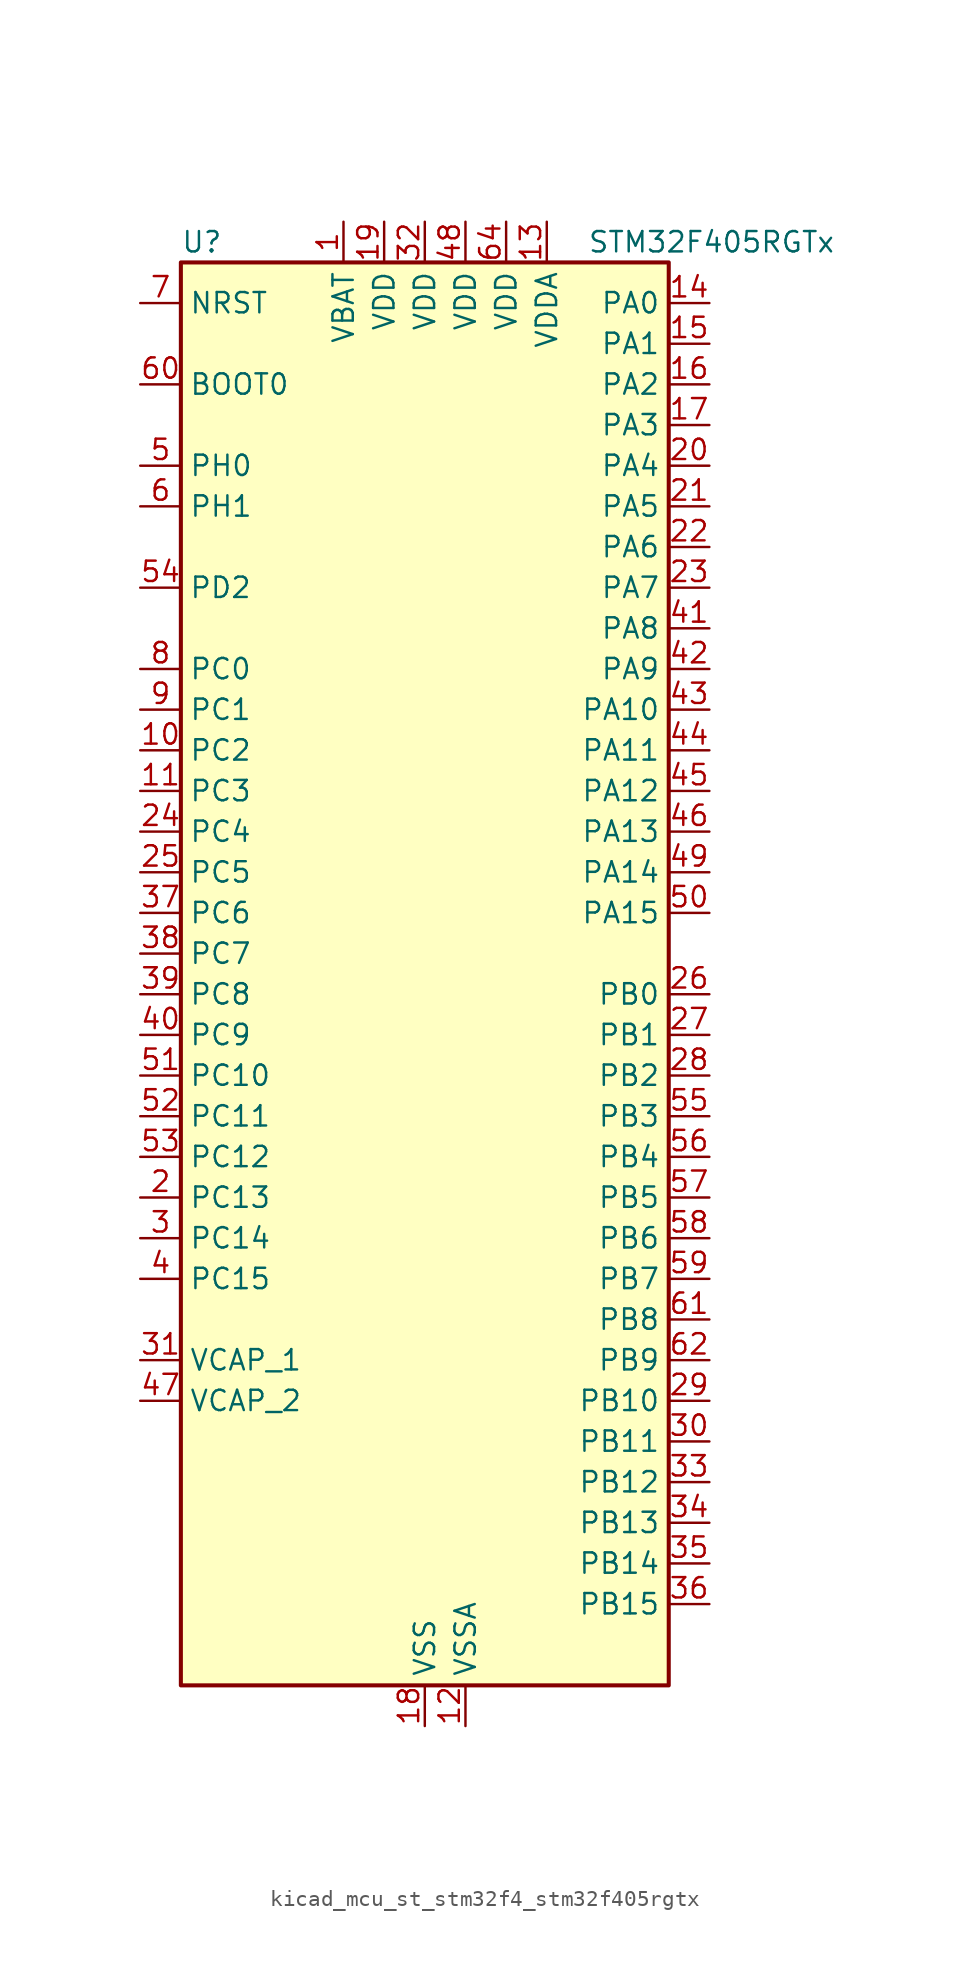
<source format=kicad_sym>
(kicad_symbol_lib
  (version 20220914)
  (generator kicad_symbol_editor)
  (symbol "kicad_mcu_st_stm32f4_stm32f405rgtx"
    (property "Reference" "U"
      (at -15.24 46.99 0)
      (effects (font (size 1.27 1.27)) (justify left)))
    (property "Value" "STM32F405RGTx"
      (at 10.16 46.99 0)
      (effects (font (size 1.27 1.27)) (justify left)))
    (property "ki_locked" ""
      (at 0 0 0)
      (effects (font (size 1.27 1.27))))
    (symbol "kicad_mcu_st_stm32f4_stm32f405rgtx_0_1"
      (rectangle (start -15.24 -43.18) (end 15.24 45.72) (stroke (width 0.254) (type default)) (fill (type background))))
    (symbol "kicad_mcu_st_stm32f4_stm32f405rgtx_1_1"
      (pin power_in line (at -5.08 48.26 270) (length 2.54) (name "VBAT" (effects (font (size 1.27 1.27)))) (number "1" (effects (font (size 1.27 1.27)))))
      (pin bidirectional line (at -17.78 15.24 0) (length 2.54) (name "PC2" (effects (font (size 1.27 1.27)))) (number "10" (effects (font (size 1.27 1.27)))) (alternate "ADC1_IN12" bidirectional line) (alternate "ADC2_IN12" bidirectional line) (alternate "ADC3_IN12" bidirectional line) (alternate "I2S2_ext_SD" bidirectional line) (alternate "SPI2_MISO" bidirectional line) (alternate "USB_OTG_HS_ULPI_DIR" bidirectional line))
      (pin bidirectional line (at -17.78 12.7 0) (length 2.54) (name "PC3" (effects (font (size 1.27 1.27)))) (number "11" (effects (font (size 1.27 1.27)))) (alternate "ADC1_IN13" bidirectional line) (alternate "ADC2_IN13" bidirectional line) (alternate "ADC3_IN13" bidirectional line) (alternate "I2S2_SD" bidirectional line) (alternate "SPI2_MOSI" bidirectional line) (alternate "USB_OTG_HS_ULPI_NXT" bidirectional line))
      (pin power_in line (at 2.54 -45.72 90) (length 2.54) (name "VSSA" (effects (font (size 1.27 1.27)))) (number "12" (effects (font (size 1.27 1.27)))))
      (pin power_in line (at 7.62 48.26 270) (length 2.54) (name "VDDA" (effects (font (size 1.27 1.27)))) (number "13" (effects (font (size 1.27 1.27)))))
      (pin bidirectional line (at 17.78 43.18 180) (length 2.54) (name "PA0" (effects (font (size 1.27 1.27)))) (number "14" (effects (font (size 1.27 1.27)))) (alternate "ADC1_IN0" bidirectional line) (alternate "ADC2_IN0" bidirectional line) (alternate "ADC3_IN0" bidirectional line) (alternate "SYS_WKUP" bidirectional line) (alternate "TIM2_CH1" bidirectional line) (alternate "TIM2_ETR" bidirectional line) (alternate "TIM5_CH1" bidirectional line) (alternate "TIM8_ETR" bidirectional line) (alternate "UART4_TX" bidirectional line) (alternate "USART2_CTS" bidirectional line))
      (pin bidirectional line (at 17.78 40.64 180) (length 2.54) (name "PA1" (effects (font (size 1.27 1.27)))) (number "15" (effects (font (size 1.27 1.27)))) (alternate "ADC1_IN1" bidirectional line) (alternate "ADC2_IN1" bidirectional line) (alternate "ADC3_IN1" bidirectional line) (alternate "TIM2_CH2" bidirectional line) (alternate "TIM5_CH2" bidirectional line) (alternate "UART4_RX" bidirectional line) (alternate "USART2_RTS" bidirectional line))
      (pin bidirectional line (at 17.78 38.1 180) (length 2.54) (name "PA2" (effects (font (size 1.27 1.27)))) (number "16" (effects (font (size 1.27 1.27)))) (alternate "ADC1_IN2" bidirectional line) (alternate "ADC2_IN2" bidirectional line) (alternate "ADC3_IN2" bidirectional line) (alternate "TIM2_CH3" bidirectional line) (alternate "TIM5_CH3" bidirectional line) (alternate "TIM9_CH1" bidirectional line) (alternate "USART2_TX" bidirectional line))
      (pin bidirectional line (at 17.78 35.56 180) (length 2.54) (name "PA3" (effects (font (size 1.27 1.27)))) (number "17" (effects (font (size 1.27 1.27)))) (alternate "ADC1_IN3" bidirectional line) (alternate "ADC2_IN3" bidirectional line) (alternate "ADC3_IN3" bidirectional line) (alternate "TIM2_CH4" bidirectional line) (alternate "TIM5_CH4" bidirectional line) (alternate "TIM9_CH2" bidirectional line) (alternate "USART2_RX" bidirectional line) (alternate "USB_OTG_HS_ULPI_D0" bidirectional line))
      (pin power_in line (at 0 -45.72 90) (length 2.54) (name "VSS" (effects (font (size 1.27 1.27)))) (number "18" (effects (font (size 1.27 1.27)))))
      (pin power_in line (at -2.54 48.26 270) (length 2.54) (name "VDD" (effects (font (size 1.27 1.27)))) (number "19" (effects (font (size 1.27 1.27)))))
      (pin bidirectional line (at -17.78 -12.7 0) (length 2.54) (name "PC13" (effects (font (size 1.27 1.27)))) (number "2" (effects (font (size 1.27 1.27)))) (alternate "RTC_AF1" bidirectional line))
      (pin bidirectional line (at 17.78 33.02 180) (length 2.54) (name "PA4" (effects (font (size 1.27 1.27)))) (number "20" (effects (font (size 1.27 1.27)))) (alternate "ADC1_IN4" bidirectional line) (alternate "ADC2_IN4" bidirectional line) (alternate "DAC_OUT1" bidirectional line) (alternate "I2S3_WS" bidirectional line) (alternate "SPI1_NSS" bidirectional line) (alternate "SPI3_NSS" bidirectional line) (alternate "USART2_CK" bidirectional line) (alternate "USB_OTG_HS_SOF" bidirectional line))
      (pin bidirectional line (at 17.78 30.48 180) (length 2.54) (name "PA5" (effects (font (size 1.27 1.27)))) (number "21" (effects (font (size 1.27 1.27)))) (alternate "ADC1_IN5" bidirectional line) (alternate "ADC2_IN5" bidirectional line) (alternate "DAC_OUT2" bidirectional line) (alternate "SPI1_SCK" bidirectional line) (alternate "TIM2_CH1" bidirectional line) (alternate "TIM2_ETR" bidirectional line) (alternate "TIM8_CH1N" bidirectional line) (alternate "USB_OTG_HS_ULPI_CK" bidirectional line))
      (pin bidirectional line (at 17.78 27.94 180) (length 2.54) (name "PA6" (effects (font (size 1.27 1.27)))) (number "22" (effects (font (size 1.27 1.27)))) (alternate "ADC1_IN6" bidirectional line) (alternate "ADC2_IN6" bidirectional line) (alternate "SPI1_MISO" bidirectional line) (alternate "TIM13_CH1" bidirectional line) (alternate "TIM1_BKIN" bidirectional line) (alternate "TIM3_CH1" bidirectional line) (alternate "TIM8_BKIN" bidirectional line))
      (pin bidirectional line (at 17.78 25.4 180) (length 2.54) (name "PA7" (effects (font (size 1.27 1.27)))) (number "23" (effects (font (size 1.27 1.27)))) (alternate "ADC1_IN7" bidirectional line) (alternate "ADC2_IN7" bidirectional line) (alternate "SPI1_MOSI" bidirectional line) (alternate "TIM14_CH1" bidirectional line) (alternate "TIM1_CH1N" bidirectional line) (alternate "TIM3_CH2" bidirectional line) (alternate "TIM8_CH1N" bidirectional line))
      (pin bidirectional line (at -17.78 10.16 0) (length 2.54) (name "PC4" (effects (font (size 1.27 1.27)))) (number "24" (effects (font (size 1.27 1.27)))) (alternate "ADC1_IN14" bidirectional line) (alternate "ADC2_IN14" bidirectional line))
      (pin bidirectional line (at -17.78 7.62 0) (length 2.54) (name "PC5" (effects (font (size 1.27 1.27)))) (number "25" (effects (font (size 1.27 1.27)))) (alternate "ADC1_IN15" bidirectional line) (alternate "ADC2_IN15" bidirectional line))
      (pin bidirectional line (at 17.78 0 180) (length 2.54) (name "PB0" (effects (font (size 1.27 1.27)))) (number "26" (effects (font (size 1.27 1.27)))) (alternate "ADC1_IN8" bidirectional line) (alternate "ADC2_IN8" bidirectional line) (alternate "TIM1_CH2N" bidirectional line) (alternate "TIM3_CH3" bidirectional line) (alternate "TIM8_CH2N" bidirectional line) (alternate "USB_OTG_HS_ULPI_D1" bidirectional line))
      (pin bidirectional line (at 17.78 -2.54 180) (length 2.54) (name "PB1" (effects (font (size 1.27 1.27)))) (number "27" (effects (font (size 1.27 1.27)))) (alternate "ADC1_IN9" bidirectional line) (alternate "ADC2_IN9" bidirectional line) (alternate "TIM1_CH3N" bidirectional line) (alternate "TIM3_CH4" bidirectional line) (alternate "TIM8_CH3N" bidirectional line) (alternate "USB_OTG_HS_ULPI_D2" bidirectional line))
      (pin bidirectional line (at 17.78 -5.08 180) (length 2.54) (name "PB2" (effects (font (size 1.27 1.27)))) (number "28" (effects (font (size 1.27 1.27)))))
      (pin bidirectional line (at 17.78 -25.4 180) (length 2.54) (name "PB10" (effects (font (size 1.27 1.27)))) (number "29" (effects (font (size 1.27 1.27)))) (alternate "I2C2_SCL" bidirectional line) (alternate "I2S2_CK" bidirectional line) (alternate "SPI2_SCK" bidirectional line) (alternate "TIM2_CH3" bidirectional line) (alternate "USART3_TX" bidirectional line) (alternate "USB_OTG_HS_ULPI_D3" bidirectional line))
      (pin bidirectional line (at -17.78 -15.24 0) (length 2.54) (name "PC14" (effects (font (size 1.27 1.27)))) (number "3" (effects (font (size 1.27 1.27)))) (alternate "RCC_OSC32_IN" bidirectional line))
      (pin bidirectional line (at 17.78 -27.94 180) (length 2.54) (name "PB11" (effects (font (size 1.27 1.27)))) (number "30" (effects (font (size 1.27 1.27)))) (alternate "ADC1_EXTI11" bidirectional line) (alternate "ADC2_EXTI11" bidirectional line) (alternate "ADC3_EXTI11" bidirectional line) (alternate "I2C2_SDA" bidirectional line) (alternate "TIM2_CH4" bidirectional line) (alternate "USART3_RX" bidirectional line) (alternate "USB_OTG_HS_ULPI_D4" bidirectional line))
      (pin power_out line (at -17.78 -22.86 0) (length 2.54) (name "VCAP_1" (effects (font (size 1.27 1.27)))) (number "31" (effects (font (size 1.27 1.27)))))
      (pin power_in line (at 0 48.26 270) (length 2.54) (name "VDD" (effects (font (size 1.27 1.27)))) (number "32" (effects (font (size 1.27 1.27)))))
      (pin bidirectional line (at 17.78 -30.48 180) (length 2.54) (name "PB12" (effects (font (size 1.27 1.27)))) (number "33" (effects (font (size 1.27 1.27)))) (alternate "CAN2_RX" bidirectional line) (alternate "I2C2_SMBA" bidirectional line) (alternate "I2S2_WS" bidirectional line) (alternate "SPI2_NSS" bidirectional line) (alternate "TIM1_BKIN" bidirectional line) (alternate "USART3_CK" bidirectional line) (alternate "USB_OTG_HS_ID" bidirectional line) (alternate "USB_OTG_HS_ULPI_D5" bidirectional line))
      (pin bidirectional line (at 17.78 -33.02 180) (length 2.54) (name "PB13" (effects (font (size 1.27 1.27)))) (number "34" (effects (font (size 1.27 1.27)))) (alternate "CAN2_TX" bidirectional line) (alternate "I2S2_CK" bidirectional line) (alternate "SPI2_SCK" bidirectional line) (alternate "TIM1_CH1N" bidirectional line) (alternate "USART3_CTS" bidirectional line) (alternate "USB_OTG_HS_ULPI_D6" bidirectional line) (alternate "USB_OTG_HS_VBUS" bidirectional line))
      (pin bidirectional line (at 17.78 -35.56 180) (length 2.54) (name "PB14" (effects (font (size 1.27 1.27)))) (number "35" (effects (font (size 1.27 1.27)))) (alternate "I2S2_ext_SD" bidirectional line) (alternate "SPI2_MISO" bidirectional line) (alternate "TIM12_CH1" bidirectional line) (alternate "TIM1_CH2N" bidirectional line) (alternate "TIM8_CH2N" bidirectional line) (alternate "USART3_RTS" bidirectional line) (alternate "USB_OTG_HS_DM" bidirectional line))
      (pin bidirectional line (at 17.78 -38.1 180) (length 2.54) (name "PB15" (effects (font (size 1.27 1.27)))) (number "36" (effects (font (size 1.27 1.27)))) (alternate "ADC1_EXTI15" bidirectional line) (alternate "ADC2_EXTI15" bidirectional line) (alternate "ADC3_EXTI15" bidirectional line) (alternate "I2S2_SD" bidirectional line) (alternate "RTC_REFIN" bidirectional line) (alternate "SPI2_MOSI" bidirectional line) (alternate "TIM12_CH2" bidirectional line) (alternate "TIM1_CH3N" bidirectional line) (alternate "TIM8_CH3N" bidirectional line) (alternate "USB_OTG_HS_DP" bidirectional line))
      (pin bidirectional line (at -17.78 5.08 0) (length 2.54) (name "PC6" (effects (font (size 1.27 1.27)))) (number "37" (effects (font (size 1.27 1.27)))) (alternate "I2S2_MCK" bidirectional line) (alternate "SDIO_D6" bidirectional line) (alternate "TIM3_CH1" bidirectional line) (alternate "TIM8_CH1" bidirectional line) (alternate "USART6_TX" bidirectional line))
      (pin bidirectional line (at -17.78 2.54 0) (length 2.54) (name "PC7" (effects (font (size 1.27 1.27)))) (number "38" (effects (font (size 1.27 1.27)))) (alternate "I2S3_MCK" bidirectional line) (alternate "SDIO_D7" bidirectional line) (alternate "TIM3_CH2" bidirectional line) (alternate "TIM8_CH2" bidirectional line) (alternate "USART6_RX" bidirectional line))
      (pin bidirectional line (at -17.78 0 0) (length 2.54) (name "PC8" (effects (font (size 1.27 1.27)))) (number "39" (effects (font (size 1.27 1.27)))) (alternate "SDIO_D0" bidirectional line) (alternate "TIM3_CH3" bidirectional line) (alternate "TIM8_CH3" bidirectional line) (alternate "USART6_CK" bidirectional line))
      (pin bidirectional line (at -17.78 -17.78 0) (length 2.54) (name "PC15" (effects (font (size 1.27 1.27)))) (number "4" (effects (font (size 1.27 1.27)))) (alternate "ADC1_EXTI15" bidirectional line) (alternate "ADC2_EXTI15" bidirectional line) (alternate "ADC3_EXTI15" bidirectional line) (alternate "RCC_OSC32_OUT" bidirectional line))
      (pin bidirectional line (at -17.78 -2.54 0) (length 2.54) (name "PC9" (effects (font (size 1.27 1.27)))) (number "40" (effects (font (size 1.27 1.27)))) (alternate "DAC_EXTI9" bidirectional line) (alternate "I2C3_SDA" bidirectional line) (alternate "I2S_CKIN" bidirectional line) (alternate "RCC_MCO_2" bidirectional line) (alternate "SDIO_D1" bidirectional line) (alternate "TIM3_CH4" bidirectional line) (alternate "TIM8_CH4" bidirectional line))
      (pin bidirectional line (at 17.78 22.86 180) (length 2.54) (name "PA8" (effects (font (size 1.27 1.27)))) (number "41" (effects (font (size 1.27 1.27)))) (alternate "I2C3_SCL" bidirectional line) (alternate "RCC_MCO_1" bidirectional line) (alternate "TIM1_CH1" bidirectional line) (alternate "USART1_CK" bidirectional line) (alternate "USB_OTG_FS_SOF" bidirectional line))
      (pin bidirectional line (at 17.78 20.32 180) (length 2.54) (name "PA9" (effects (font (size 1.27 1.27)))) (number "42" (effects (font (size 1.27 1.27)))) (alternate "DAC_EXTI9" bidirectional line) (alternate "I2C3_SMBA" bidirectional line) (alternate "TIM1_CH2" bidirectional line) (alternate "USART1_TX" bidirectional line) (alternate "USB_OTG_FS_VBUS" bidirectional line))
      (pin bidirectional line (at 17.78 17.78 180) (length 2.54) (name "PA10" (effects (font (size 1.27 1.27)))) (number "43" (effects (font (size 1.27 1.27)))) (alternate "TIM1_CH3" bidirectional line) (alternate "USART1_RX" bidirectional line) (alternate "USB_OTG_FS_ID" bidirectional line))
      (pin bidirectional line (at 17.78 15.24 180) (length 2.54) (name "PA11" (effects (font (size 1.27 1.27)))) (number "44" (effects (font (size 1.27 1.27)))) (alternate "ADC1_EXTI11" bidirectional line) (alternate "ADC2_EXTI11" bidirectional line) (alternate "ADC3_EXTI11" bidirectional line) (alternate "CAN1_RX" bidirectional line) (alternate "TIM1_CH4" bidirectional line) (alternate "USART1_CTS" bidirectional line) (alternate "USB_OTG_FS_DM" bidirectional line))
      (pin bidirectional line (at 17.78 12.7 180) (length 2.54) (name "PA12" (effects (font (size 1.27 1.27)))) (number "45" (effects (font (size 1.27 1.27)))) (alternate "CAN1_TX" bidirectional line) (alternate "TIM1_ETR" bidirectional line) (alternate "USART1_RTS" bidirectional line) (alternate "USB_OTG_FS_DP" bidirectional line))
      (pin bidirectional line (at 17.78 10.16 180) (length 2.54) (name "PA13" (effects (font (size 1.27 1.27)))) (number "46" (effects (font (size 1.27 1.27)))) (alternate "SYS_JTMS-SWDIO" bidirectional line))
      (pin power_out line (at -17.78 -25.4 0) (length 2.54) (name "VCAP_2" (effects (font (size 1.27 1.27)))) (number "47" (effects (font (size 1.27 1.27)))))
      (pin power_in line (at 2.54 48.26 270) (length 2.54) (name "VDD" (effects (font (size 1.27 1.27)))) (number "48" (effects (font (size 1.27 1.27)))))
      (pin bidirectional line (at 17.78 7.62 180) (length 2.54) (name "PA14" (effects (font (size 1.27 1.27)))) (number "49" (effects (font (size 1.27 1.27)))) (alternate "SYS_JTCK-SWCLK" bidirectional line))
      (pin bidirectional line (at -17.78 33.02 0) (length 2.54) (name "PH0" (effects (font (size 1.27 1.27)))) (number "5" (effects (font (size 1.27 1.27)))) (alternate "RCC_OSC_IN" bidirectional line))
      (pin bidirectional line (at 17.78 5.08 180) (length 2.54) (name "PA15" (effects (font (size 1.27 1.27)))) (number "50" (effects (font (size 1.27 1.27)))) (alternate "ADC1_EXTI15" bidirectional line) (alternate "ADC2_EXTI15" bidirectional line) (alternate "ADC3_EXTI15" bidirectional line) (alternate "I2S3_WS" bidirectional line) (alternate "SPI1_NSS" bidirectional line) (alternate "SPI3_NSS" bidirectional line) (alternate "SYS_JTDI" bidirectional line) (alternate "TIM2_CH1" bidirectional line) (alternate "TIM2_ETR" bidirectional line))
      (pin bidirectional line (at -17.78 -5.08 0) (length 2.54) (name "PC10" (effects (font (size 1.27 1.27)))) (number "51" (effects (font (size 1.27 1.27)))) (alternate "I2S3_CK" bidirectional line) (alternate "SDIO_D2" bidirectional line) (alternate "SPI3_SCK" bidirectional line) (alternate "UART4_TX" bidirectional line) (alternate "USART3_TX" bidirectional line))
      (pin bidirectional line (at -17.78 -7.62 0) (length 2.54) (name "PC11" (effects (font (size 1.27 1.27)))) (number "52" (effects (font (size 1.27 1.27)))) (alternate "ADC1_EXTI11" bidirectional line) (alternate "ADC2_EXTI11" bidirectional line) (alternate "ADC3_EXTI11" bidirectional line) (alternate "I2S3_ext_SD" bidirectional line) (alternate "SDIO_D3" bidirectional line) (alternate "SPI3_MISO" bidirectional line) (alternate "UART4_RX" bidirectional line) (alternate "USART3_RX" bidirectional line))
      (pin bidirectional line (at -17.78 -10.16 0) (length 2.54) (name "PC12" (effects (font (size 1.27 1.27)))) (number "53" (effects (font (size 1.27 1.27)))) (alternate "I2S3_SD" bidirectional line) (alternate "SDIO_CK" bidirectional line) (alternate "SPI3_MOSI" bidirectional line) (alternate "UART5_TX" bidirectional line) (alternate "USART3_CK" bidirectional line))
      (pin bidirectional line (at -17.78 25.4 0) (length 2.54) (name "PD2" (effects (font (size 1.27 1.27)))) (number "54" (effects (font (size 1.27 1.27)))) (alternate "SDIO_CMD" bidirectional line) (alternate "TIM3_ETR" bidirectional line) (alternate "UART5_RX" bidirectional line))
      (pin bidirectional line (at 17.78 -7.62 180) (length 2.54) (name "PB3" (effects (font (size 1.27 1.27)))) (number "55" (effects (font (size 1.27 1.27)))) (alternate "I2S3_CK" bidirectional line) (alternate "SPI1_SCK" bidirectional line) (alternate "SPI3_SCK" bidirectional line) (alternate "SYS_JTDO-SWO" bidirectional line) (alternate "TIM2_CH2" bidirectional line))
      (pin bidirectional line (at 17.78 -10.16 180) (length 2.54) (name "PB4" (effects (font (size 1.27 1.27)))) (number "56" (effects (font (size 1.27 1.27)))) (alternate "I2S3_ext_SD" bidirectional line) (alternate "SPI1_MISO" bidirectional line) (alternate "SPI3_MISO" bidirectional line) (alternate "SYS_JTRST" bidirectional line) (alternate "TIM3_CH1" bidirectional line))
      (pin bidirectional line (at 17.78 -12.7 180) (length 2.54) (name "PB5" (effects (font (size 1.27 1.27)))) (number "57" (effects (font (size 1.27 1.27)))) (alternate "CAN2_RX" bidirectional line) (alternate "I2C1_SMBA" bidirectional line) (alternate "I2S3_SD" bidirectional line) (alternate "SPI1_MOSI" bidirectional line) (alternate "SPI3_MOSI" bidirectional line) (alternate "TIM3_CH2" bidirectional line) (alternate "USB_OTG_HS_ULPI_D7" bidirectional line))
      (pin bidirectional line (at 17.78 -15.24 180) (length 2.54) (name "PB6" (effects (font (size 1.27 1.27)))) (number "58" (effects (font (size 1.27 1.27)))) (alternate "CAN2_TX" bidirectional line) (alternate "I2C1_SCL" bidirectional line) (alternate "TIM4_CH1" bidirectional line) (alternate "USART1_TX" bidirectional line))
      (pin bidirectional line (at 17.78 -17.78 180) (length 2.54) (name "PB7" (effects (font (size 1.27 1.27)))) (number "59" (effects (font (size 1.27 1.27)))) (alternate "I2C1_SDA" bidirectional line) (alternate "TIM4_CH2" bidirectional line) (alternate "USART1_RX" bidirectional line))
      (pin bidirectional line (at -17.78 30.48 0) (length 2.54) (name "PH1" (effects (font (size 1.27 1.27)))) (number "6" (effects (font (size 1.27 1.27)))) (alternate "RCC_OSC_OUT" bidirectional line))
      (pin input line (at -17.78 38.1 0) (length 2.54) (name "BOOT0" (effects (font (size 1.27 1.27)))) (number "60" (effects (font (size 1.27 1.27)))))
      (pin bidirectional line (at 17.78 -20.32 180) (length 2.54) (name "PB8" (effects (font (size 1.27 1.27)))) (number "61" (effects (font (size 1.27 1.27)))) (alternate "CAN1_RX" bidirectional line) (alternate "I2C1_SCL" bidirectional line) (alternate "SDIO_D4" bidirectional line) (alternate "TIM10_CH1" bidirectional line) (alternate "TIM4_CH3" bidirectional line))
      (pin bidirectional line (at 17.78 -22.86 180) (length 2.54) (name "PB9" (effects (font (size 1.27 1.27)))) (number "62" (effects (font (size 1.27 1.27)))) (alternate "CAN1_TX" bidirectional line) (alternate "DAC_EXTI9" bidirectional line) (alternate "I2C1_SDA" bidirectional line) (alternate "I2S2_WS" bidirectional line) (alternate "SDIO_D5" bidirectional line) (alternate "SPI2_NSS" bidirectional line) (alternate "TIM11_CH1" bidirectional line) (alternate "TIM4_CH4" bidirectional line))
      (pin passive line (at 0 -45.72 90) (length 2.54) hide (name "VSS" (effects (font (size 1.27 1.27)))) (number "63" (effects (font (size 1.27 1.27)))))
      (pin power_in line (at 5.08 48.26 270) (length 2.54) (name "VDD" (effects (font (size 1.27 1.27)))) (number "64" (effects (font (size 1.27 1.27)))))
      (pin input line (at -17.78 43.18 0) (length 2.54) (name "NRST" (effects (font (size 1.27 1.27)))) (number "7" (effects (font (size 1.27 1.27)))))
      (pin bidirectional line (at -17.78 20.32 0) (length 2.54) (name "PC0" (effects (font (size 1.27 1.27)))) (number "8" (effects (font (size 1.27 1.27)))) (alternate "ADC1_IN10" bidirectional line) (alternate "ADC2_IN10" bidirectional line) (alternate "ADC3_IN10" bidirectional line) (alternate "USB_OTG_HS_ULPI_STP" bidirectional line))
      (pin bidirectional line (at -17.78 17.78 0) (length 2.54) (name "PC1" (effects (font (size 1.27 1.27)))) (number "9" (effects (font (size 1.27 1.27)))) (alternate "ADC1_IN11" bidirectional line) (alternate "ADC2_IN11" bidirectional line) (alternate "ADC3_IN11" bidirectional line)))))
</source>
